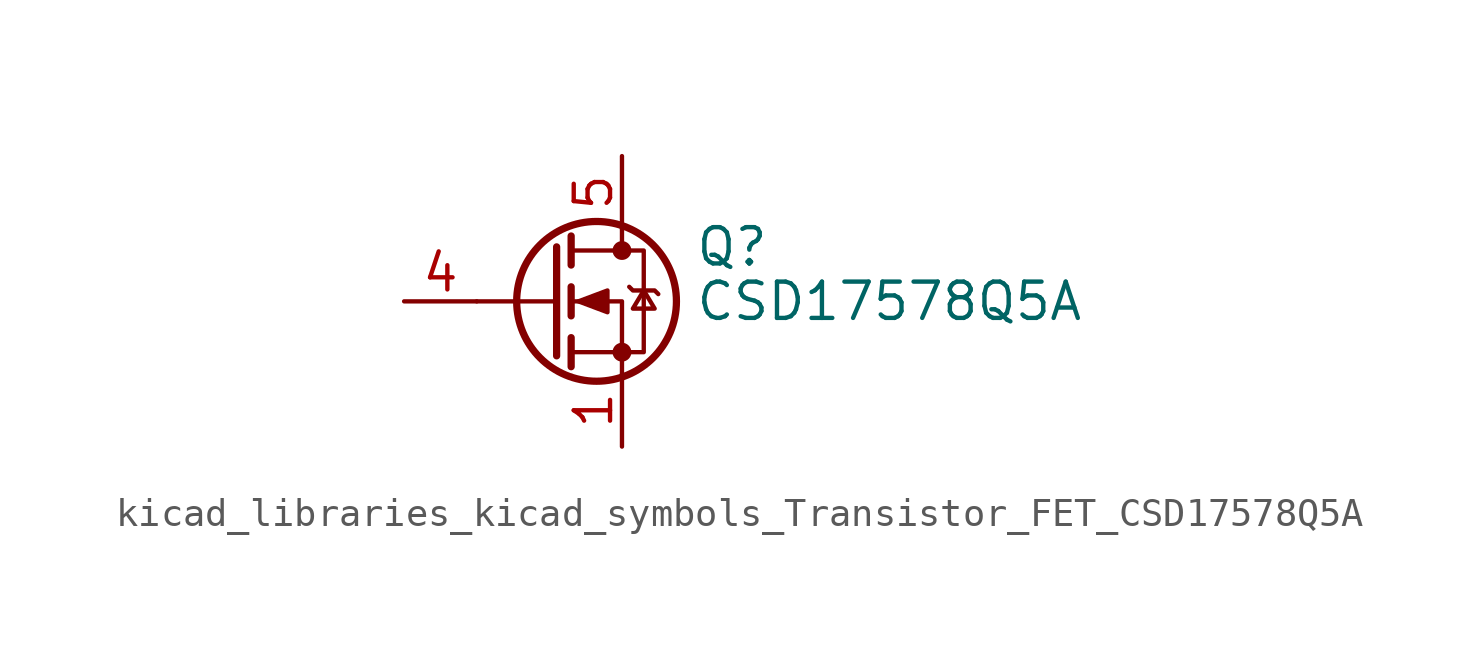
<source format=kicad_sym>
(kicad_symbol_lib
  (version 20220914)
  (generator kicad_symbol_editor)
  (symbol "kicad_libraries_kicad_symbols_Transistor_FET_CSD17578Q5A"
    (pin_names hide)
    (property "Reference" "Q"
      (at 5.08 1.905 0)
      (effects (font (size 1.27 1.27)) (justify left)))
    (property "Value" "CSD17578Q5A"
      (at 5.08 0 0)
      (effects (font (size 1.27 1.27)) (justify left)))
    (symbol "kicad_libraries_kicad_symbols_Transistor_FET_CSD17578Q5A_0_1"
      (polyline (pts (xy 0.254 0) (xy -2.54 0)) (stroke (width 0) (type default)) (fill (type none)))
      (polyline (pts (xy 0.254 1.905) (xy 0.254 -1.905)) (stroke (width 0.254) (type default)) (fill (type none)))
      (polyline (pts (xy 0.762 -1.27) (xy 0.762 -2.286)) (stroke (width 0.254) (type default)) (fill (type none)))
      (polyline (pts (xy 0.762 0.508) (xy 0.762 -0.508)) (stroke (width 0.254) (type default)) (fill (type none)))
      (polyline (pts (xy 0.762 2.286) (xy 0.762 1.27)) (stroke (width 0.254) (type default)) (fill (type none)))
      (polyline (pts (xy 2.54 2.54) (xy 2.54 1.778)) (stroke (width 0) (type default)) (fill (type none)))
      (polyline (pts (xy 2.54 -2.54) (xy 2.54 0) (xy 0.762 0)) (stroke (width 0) (type default)) (fill (type none)))
      (polyline (pts (xy 0.762 -1.778) (xy 3.302 -1.778) (xy 3.302 1.778) (xy 0.762 1.778)) (stroke (width 0) (type default)) (fill (type none)))
      (polyline (pts (xy 1.016 0) (xy 2.032 0.381) (xy 2.032 -0.381) (xy 1.016 0)) (stroke (width 0) (type default)) (fill (type outline)))
      (polyline (pts (xy 2.794 0.508) (xy 2.921 0.381) (xy 3.683 0.381) (xy 3.81 0.254)) (stroke (width 0) (type default)) (fill (type none)))
      (polyline (pts (xy 3.302 0.381) (xy 2.921 -0.254) (xy 3.683 -0.254) (xy 3.302 0.381)) (stroke (width 0) (type default)) (fill (type none)))
      (circle (center 1.651 0) (radius 2.794) (stroke (width 0.254) (type default)) (fill (type none)))
      (circle (center 2.54 -1.778) (radius 0.254) (stroke (width 0) (type default)) (fill (type outline)))
      (circle (center 2.54 1.778) (radius 0.254) (stroke (width 0) (type default)) (fill (type outline))))
    (symbol "kicad_libraries_kicad_symbols_Transistor_FET_CSD17578Q5A_1_1"
      (pin passive line (at 2.54 -5.08 90) (length 2.54) (name "S" (effects (font (size 1.27 1.27)))) (number "1" (effects (font (size 1.27 1.27)))))
      (pin passive line (at 2.54 -5.08 90) (length 2.54) hide (name "S" (effects (font (size 1.27 1.27)))) (number "2" (effects (font (size 1.27 1.27)))))
      (pin passive line (at 2.54 -5.08 90) (length 2.54) hide (name "S" (effects (font (size 1.27 1.27)))) (number "3" (effects (font (size 1.27 1.27)))))
      (pin passive line (at -5.08 0 0) (length 2.54) (name "G" (effects (font (size 1.27 1.27)))) (number "4" (effects (font (size 1.27 1.27)))))
      (pin passive line (at 2.54 5.08 270) (length 2.54) (name "D" (effects (font (size 1.27 1.27)))) (number "5" (effects (font (size 1.27 1.27))))))))
</source>
